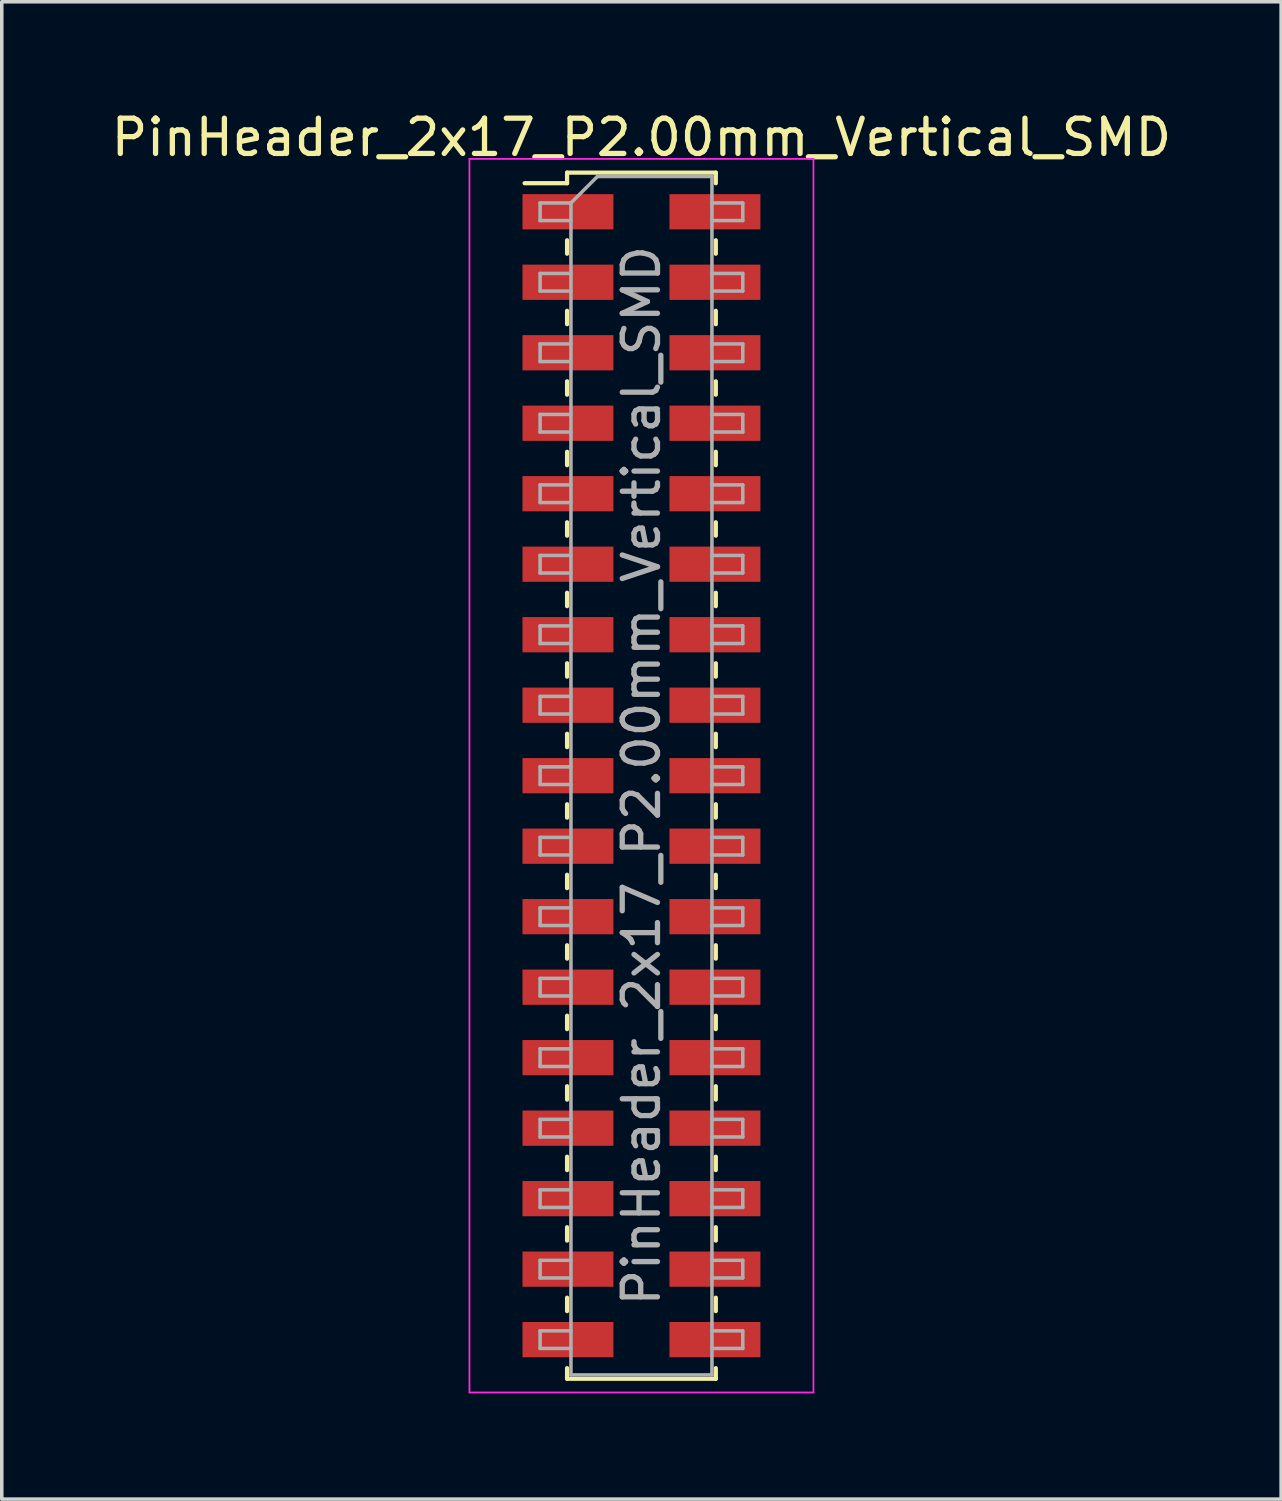
<source format=kicad_pcb>
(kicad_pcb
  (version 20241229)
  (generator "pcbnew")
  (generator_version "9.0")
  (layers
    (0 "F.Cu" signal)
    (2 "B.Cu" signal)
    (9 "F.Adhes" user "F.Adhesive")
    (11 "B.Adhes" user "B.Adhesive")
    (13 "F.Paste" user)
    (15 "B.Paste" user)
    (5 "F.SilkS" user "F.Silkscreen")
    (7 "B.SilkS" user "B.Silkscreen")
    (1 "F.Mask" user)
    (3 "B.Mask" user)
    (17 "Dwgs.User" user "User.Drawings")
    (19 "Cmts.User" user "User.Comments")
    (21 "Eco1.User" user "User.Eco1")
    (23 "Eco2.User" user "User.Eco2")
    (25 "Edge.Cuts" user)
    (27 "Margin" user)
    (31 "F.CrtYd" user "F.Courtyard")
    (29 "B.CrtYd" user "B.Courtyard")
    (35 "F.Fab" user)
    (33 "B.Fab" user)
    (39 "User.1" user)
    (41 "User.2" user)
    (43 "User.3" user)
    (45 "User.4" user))
  (footprint "PinHeader_2x17_P2.00mm_Vertical_SMD"
    (layer "F.Cu")
    (at 15.149 18.958)
    (property "Reference" "PinHeader_2x17_P2.00mm_Vertical_SMD" (at 0 -18.11 0) (layer "F.SilkS") (effects (font (size 1 1) (thickness 0.15))))
    (attr smd)
    (fp_line (start -3.315 -16.81) (end -2.11 -16.81) (stroke (width 0.12) (type solid)) (layer "F.SilkS"))
    (fp_line (start -2.11 -17.11) (end -2.11 -16.81) (stroke (width 0.12) (type solid)) (layer "F.SilkS"))
    (fp_line (start -2.11 -17.11) (end 2.11 -17.11) (stroke (width 0.12) (type solid)) (layer "F.SilkS"))
    (fp_line (start -2.11 -15.19) (end -2.11 -14.81) (stroke (width 0.12) (type solid)) (layer "F.SilkS"))
    (fp_line (start -2.11 -13.19) (end -2.11 -12.81) (stroke (width 0.12) (type solid)) (layer "F.SilkS"))
    (fp_line (start -2.11 -11.19) (end -2.11 -10.81) (stroke (width 0.12) (type solid)) (layer "F.SilkS"))
    (fp_line (start -2.11 -9.19) (end -2.11 -8.81) (stroke (width 0.12) (type solid)) (layer "F.SilkS"))
    (fp_line (start -2.11 -7.19) (end -2.11 -6.81) (stroke (width 0.12) (type solid)) (layer "F.SilkS"))
    (fp_line (start -2.11 -5.19) (end -2.11 -4.81) (stroke (width 0.12) (type solid)) (layer "F.SilkS"))
    (fp_line (start -2.11 -3.19) (end -2.11 -2.81) (stroke (width 0.12) (type solid)) (layer "F.SilkS"))
    (fp_line (start -2.11 -1.19) (end -2.11 -0.81) (stroke (width 0.12) (type solid)) (layer "F.SilkS"))
    (fp_line (start -2.11 0.81) (end -2.11 1.19) (stroke (width 0.12) (type solid)) (layer "F.SilkS"))
    (fp_line (start -2.11 2.81) (end -2.11 3.19) (stroke (width 0.12) (type solid)) (layer "F.SilkS"))
    (fp_line (start -2.11 4.81) (end -2.11 5.19) (stroke (width 0.12) (type solid)) (layer "F.SilkS"))
    (fp_line (start -2.11 6.81) (end -2.11 7.19) (stroke (width 0.12) (type solid)) (layer "F.SilkS"))
    (fp_line (start -2.11 8.81) (end -2.11 9.19) (stroke (width 0.12) (type solid)) (layer "F.SilkS"))
    (fp_line (start -2.11 10.81) (end -2.11 11.19) (stroke (width 0.12) (type solid)) (layer "F.SilkS"))
    (fp_line (start -2.11 12.81) (end -2.11 13.19) (stroke (width 0.12) (type solid)) (layer "F.SilkS"))
    (fp_line (start -2.11 14.81) (end -2.11 15.19) (stroke (width 0.12) (type solid)) (layer "F.SilkS"))
    (fp_line (start -2.11 16.81) (end -2.11 17.11) (stroke (width 0.12) (type solid)) (layer "F.SilkS"))
    (fp_line (start -2.11 17.11) (end 2.11 17.11) (stroke (width 0.12) (type solid)) (layer "F.SilkS"))
    (fp_line (start 2.11 -17.11) (end 2.11 -16.81) (stroke (width 0.12) (type solid)) (layer "F.SilkS"))
    (fp_line (start 2.11 -15.19) (end 2.11 -14.81) (stroke (width 0.12) (type solid)) (layer "F.SilkS"))
    (fp_line (start 2.11 -13.19) (end 2.11 -12.81) (stroke (width 0.12) (type solid)) (layer "F.SilkS"))
    (fp_line (start 2.11 -11.19) (end 2.11 -10.81) (stroke (width 0.12) (type solid)) (layer "F.SilkS"))
    (fp_line (start 2.11 -9.19) (end 2.11 -8.81) (stroke (width 0.12) (type solid)) (layer "F.SilkS"))
    (fp_line (start 2.11 -7.19) (end 2.11 -6.81) (stroke (width 0.12) (type solid)) (layer "F.SilkS"))
    (fp_line (start 2.11 -5.19) (end 2.11 -4.81) (stroke (width 0.12) (type solid)) (layer "F.SilkS"))
    (fp_line (start 2.11 -3.19) (end 2.11 -2.81) (stroke (width 0.12) (type solid)) (layer "F.SilkS"))
    (fp_line (start 2.11 -1.19) (end 2.11 -0.81) (stroke (width 0.12) (type solid)) (layer "F.SilkS"))
    (fp_line (start 2.11 0.81) (end 2.11 1.19) (stroke (width 0.12) (type solid)) (layer "F.SilkS"))
    (fp_line (start 2.11 2.81) (end 2.11 3.19) (stroke (width 0.12) (type solid)) (layer "F.SilkS"))
    (fp_line (start 2.11 4.81) (end 2.11 5.19) (stroke (width 0.12) (type solid)) (layer "F.SilkS"))
    (fp_line (start 2.11 6.81) (end 2.11 7.19) (stroke (width 0.12) (type solid)) (layer "F.SilkS"))
    (fp_line (start 2.11 8.81) (end 2.11 9.19) (stroke (width 0.12) (type solid)) (layer "F.SilkS"))
    (fp_line (start 2.11 10.81) (end 2.11 11.19) (stroke (width 0.12) (type solid)) (layer "F.SilkS"))
    (fp_line (start 2.11 12.81) (end 2.11 13.19) (stroke (width 0.12) (type solid)) (layer "F.SilkS"))
    (fp_line (start 2.11 14.81) (end 2.11 15.19) (stroke (width 0.12) (type solid)) (layer "F.SilkS"))
    (fp_line (start 2.11 16.81) (end 2.11 17.11) (stroke (width 0.12) (type solid)) (layer "F.SilkS"))
    (fp_line (start -4.88 -17.5) (end -4.88 17.5) (stroke (width 0.05) (type solid)) (layer "F.CrtYd"))
    (fp_line (start -4.88 17.5) (end 4.88 17.5) (stroke (width 0.05) (type solid)) (layer "F.CrtYd"))
    (fp_line (start 4.88 -17.5) (end -4.88 -17.5) (stroke (width 0.05) (type solid)) (layer "F.CrtYd"))
    (fp_line (start 4.88 17.5) (end 4.88 -17.5) (stroke (width 0.05) (type solid)) (layer "F.CrtYd"))
    (fp_line (start -2.875 -16.25) (end -2.875 -15.75) (stroke (width 0.1) (type solid)) (layer "F.Fab"))
    (fp_line (start -2.875 -15.75) (end -2 -15.75) (stroke (width 0.1) (type solid)) (layer "F.Fab"))
    (fp_line (start -2.875 -14.25) (end -2.875 -13.75) (stroke (width 0.1) (type solid)) (layer "F.Fab"))
    (fp_line (start -2.875 -13.75) (end -2 -13.75) (stroke (width 0.1) (type solid)) (layer "F.Fab"))
    (fp_line (start -2.875 -12.25) (end -2.875 -11.75) (stroke (width 0.1) (type solid)) (layer "F.Fab"))
    (fp_line (start -2.875 -11.75) (end -2 -11.75) (stroke (width 0.1) (type solid)) (layer "F.Fab"))
    (fp_line (start -2.875 -10.25) (end -2.875 -9.75) (stroke (width 0.1) (type solid)) (layer "F.Fab"))
    (fp_line (start -2.875 -9.75) (end -2 -9.75) (stroke (width 0.1) (type solid)) (layer "F.Fab"))
    (fp_line (start -2.875 -8.25) (end -2.875 -7.75) (stroke (width 0.1) (type solid)) (layer "F.Fab"))
    (fp_line (start -2.875 -7.75) (end -2 -7.75) (stroke (width 0.1) (type solid)) (layer "F.Fab"))
    (fp_line (start -2.875 -6.25) (end -2.875 -5.75) (stroke (width 0.1) (type solid)) (layer "F.Fab"))
    (fp_line (start -2.875 -5.75) (end -2 -5.75) (stroke (width 0.1) (type solid)) (layer "F.Fab"))
    (fp_line (start -2.875 -4.25) (end -2.875 -3.75) (stroke (width 0.1) (type solid)) (layer "F.Fab"))
    (fp_line (start -2.875 -3.75) (end -2 -3.75) (stroke (width 0.1) (type solid)) (layer "F.Fab"))
    (fp_line (start -2.875 -2.25) (end -2.875 -1.75) (stroke (width 0.1) (type solid)) (layer "F.Fab"))
    (fp_line (start -2.875 -1.75) (end -2 -1.75) (stroke (width 0.1) (type solid)) (layer "F.Fab"))
    (fp_line (start -2.875 -0.25) (end -2.875 0.25) (stroke (width 0.1) (type solid)) (layer "F.Fab"))
    (fp_line (start -2.875 0.25) (end -2 0.25) (stroke (width 0.1) (type solid)) (layer "F.Fab"))
    (fp_line (start -2.875 1.75) (end -2.875 2.25) (stroke (width 0.1) (type solid)) (layer "F.Fab"))
    (fp_line (start -2.875 2.25) (end -2 2.25) (stroke (width 0.1) (type solid)) (layer "F.Fab"))
    (fp_line (start -2.875 3.75) (end -2.875 4.25) (stroke (width 0.1) (type solid)) (layer "F.Fab"))
    (fp_line (start -2.875 4.25) (end -2 4.25) (stroke (width 0.1) (type solid)) (layer "F.Fab"))
    (fp_line (start -2.875 5.75) (end -2.875 6.25) (stroke (width 0.1) (type solid)) (layer "F.Fab"))
    (fp_line (start -2.875 6.25) (end -2 6.25) (stroke (width 0.1) (type solid)) (layer "F.Fab"))
    (fp_line (start -2.875 7.75) (end -2.875 8.25) (stroke (width 0.1) (type solid)) (layer "F.Fab"))
    (fp_line (start -2.875 8.25) (end -2 8.25) (stroke (width 0.1) (type solid)) (layer "F.Fab"))
    (fp_line (start -2.875 9.75) (end -2.875 10.25) (stroke (width 0.1) (type solid)) (layer "F.Fab"))
    (fp_line (start -2.875 10.25) (end -2 10.25) (stroke (width 0.1) (type solid)) (layer "F.Fab"))
    (fp_line (start -2.875 11.75) (end -2.875 12.25) (stroke (width 0.1) (type solid)) (layer "F.Fab"))
    (fp_line (start -2.875 12.25) (end -2 12.25) (stroke (width 0.1) (type solid)) (layer "F.Fab"))
    (fp_line (start -2.875 13.75) (end -2.875 14.25) (stroke (width 0.1) (type solid)) (layer "F.Fab"))
    (fp_line (start -2.875 14.25) (end -2 14.25) (stroke (width 0.1) (type solid)) (layer "F.Fab"))
    (fp_line (start -2.875 15.75) (end -2.875 16.25) (stroke (width 0.1) (type solid)) (layer "F.Fab"))
    (fp_line (start -2.875 16.25) (end -2 16.25) (stroke (width 0.1) (type solid)) (layer "F.Fab"))
    (fp_line (start -2 -16.25) (end -2.875 -16.25) (stroke (width 0.1) (type solid)) (layer "F.Fab"))
    (fp_line (start -2 -16.25) (end -1.25 -17) (stroke (width 0.1) (type solid)) (layer "F.Fab"))
    (fp_line (start -2 -14.25) (end -2.875 -14.25) (stroke (width 0.1) (type solid)) (layer "F.Fab"))
    (fp_line (start -2 -12.25) (end -2.875 -12.25) (stroke (width 0.1) (type solid)) (layer "F.Fab"))
    (fp_line (start -2 -10.25) (end -2.875 -10.25) (stroke (width 0.1) (type solid)) (layer "F.Fab"))
    (fp_line (start -2 -8.25) (end -2.875 -8.25) (stroke (width 0.1) (type solid)) (layer "F.Fab"))
    (fp_line (start -2 -6.25) (end -2.875 -6.25) (stroke (width 0.1) (type solid)) (layer "F.Fab"))
    (fp_line (start -2 -4.25) (end -2.875 -4.25) (stroke (width 0.1) (type solid)) (layer "F.Fab"))
    (fp_line (start -2 -2.25) (end -2.875 -2.25) (stroke (width 0.1) (type solid)) (layer "F.Fab"))
    (fp_line (start -2 -0.25) (end -2.875 -0.25) (stroke (width 0.1) (type solid)) (layer "F.Fab"))
    (fp_line (start -2 1.75) (end -2.875 1.75) (stroke (width 0.1) (type solid)) (layer "F.Fab"))
    (fp_line (start -2 3.75) (end -2.875 3.75) (stroke (width 0.1) (type solid)) (layer "F.Fab"))
    (fp_line (start -2 5.75) (end -2.875 5.75) (stroke (width 0.1) (type solid)) (layer "F.Fab"))
    (fp_line (start -2 7.75) (end -2.875 7.75) (stroke (width 0.1) (type solid)) (layer "F.Fab"))
    (fp_line (start -2 9.75) (end -2.875 9.75) (stroke (width 0.1) (type solid)) (layer "F.Fab"))
    (fp_line (start -2 11.75) (end -2.875 11.75) (stroke (width 0.1) (type solid)) (layer "F.Fab"))
    (fp_line (start -2 13.75) (end -2.875 13.75) (stroke (width 0.1) (type solid)) (layer "F.Fab"))
    (fp_line (start -2 15.75) (end -2.875 15.75) (stroke (width 0.1) (type solid)) (layer "F.Fab"))
    (fp_line (start -2 17) (end -2 -16.25) (stroke (width 0.1) (type solid)) (layer "F.Fab"))
    (fp_line (start -1.25 -17) (end 2 -17) (stroke (width 0.1) (type solid)) (layer "F.Fab"))
    (fp_line (start 2 -17) (end 2 17) (stroke (width 0.1) (type solid)) (layer "F.Fab"))
    (fp_line (start 2 -16.25) (end 2.875 -16.25) (stroke (width 0.1) (type solid)) (layer "F.Fab"))
    (fp_line (start 2 -14.25) (end 2.875 -14.25) (stroke (width 0.1) (type solid)) (layer "F.Fab"))
    (fp_line (start 2 -12.25) (end 2.875 -12.25) (stroke (width 0.1) (type solid)) (layer "F.Fab"))
    (fp_line (start 2 -10.25) (end 2.875 -10.25) (stroke (width 0.1) (type solid)) (layer "F.Fab"))
    (fp_line (start 2 -8.25) (end 2.875 -8.25) (stroke (width 0.1) (type solid)) (layer "F.Fab"))
    (fp_line (start 2 -6.25) (end 2.875 -6.25) (stroke (width 0.1) (type solid)) (layer "F.Fab"))
    (fp_line (start 2 -4.25) (end 2.875 -4.25) (stroke (width 0.1) (type solid)) (layer "F.Fab"))
    (fp_line (start 2 -2.25) (end 2.875 -2.25) (stroke (width 0.1) (type solid)) (layer "F.Fab"))
    (fp_line (start 2 -0.25) (end 2.875 -0.25) (stroke (width 0.1) (type solid)) (layer "F.Fab"))
    (fp_line (start 2 1.75) (end 2.875 1.75) (stroke (width 0.1) (type solid)) (layer "F.Fab"))
    (fp_line (start 2 3.75) (end 2.875 3.75) (stroke (width 0.1) (type solid)) (layer "F.Fab"))
    (fp_line (start 2 5.75) (end 2.875 5.75) (stroke (width 0.1) (type solid)) (layer "F.Fab"))
    (fp_line (start 2 7.75) (end 2.875 7.75) (stroke (width 0.1) (type solid)) (layer "F.Fab"))
    (fp_line (start 2 9.75) (end 2.875 9.75) (stroke (width 0.1) (type solid)) (layer "F.Fab"))
    (fp_line (start 2 11.75) (end 2.875 11.75) (stroke (width 0.1) (type solid)) (layer "F.Fab"))
    (fp_line (start 2 13.75) (end 2.875 13.75) (stroke (width 0.1) (type solid)) (layer "F.Fab"))
    (fp_line (start 2 15.75) (end 2.875 15.75) (stroke (width 0.1) (type solid)) (layer "F.Fab"))
    (fp_line (start 2 17) (end -2 17) (stroke (width 0.1) (type solid)) (layer "F.Fab"))
    (fp_line (start 2.875 -16.25) (end 2.875 -15.75) (stroke (width 0.1) (type solid)) (layer "F.Fab"))
    (fp_line (start 2.875 -15.75) (end 2 -15.75) (stroke (width 0.1) (type solid)) (layer "F.Fab"))
    (fp_line (start 2.875 -14.25) (end 2.875 -13.75) (stroke (width 0.1) (type solid)) (layer "F.Fab"))
    (fp_line (start 2.875 -13.75) (end 2 -13.75) (stroke (width 0.1) (type solid)) (layer "F.Fab"))
    (fp_line (start 2.875 -12.25) (end 2.875 -11.75) (stroke (width 0.1) (type solid)) (layer "F.Fab"))
    (fp_line (start 2.875 -11.75) (end 2 -11.75) (stroke (width 0.1) (type solid)) (layer "F.Fab"))
    (fp_line (start 2.875 -10.25) (end 2.875 -9.75) (stroke (width 0.1) (type solid)) (layer "F.Fab"))
    (fp_line (start 2.875 -9.75) (end 2 -9.75) (stroke (width 0.1) (type solid)) (layer "F.Fab"))
    (fp_line (start 2.875 -8.25) (end 2.875 -7.75) (stroke (width 0.1) (type solid)) (layer "F.Fab"))
    (fp_line (start 2.875 -7.75) (end 2 -7.75) (stroke (width 0.1) (type solid)) (layer "F.Fab"))
    (fp_line (start 2.875 -6.25) (end 2.875 -5.75) (stroke (width 0.1) (type solid)) (layer "F.Fab"))
    (fp_line (start 2.875 -5.75) (end 2 -5.75) (stroke (width 0.1) (type solid)) (layer "F.Fab"))
    (fp_line (start 2.875 -4.25) (end 2.875 -3.75) (stroke (width 0.1) (type solid)) (layer "F.Fab"))
    (fp_line (start 2.875 -3.75) (end 2 -3.75) (stroke (width 0.1) (type solid)) (layer "F.Fab"))
    (fp_line (start 2.875 -2.25) (end 2.875 -1.75) (stroke (width 0.1) (type solid)) (layer "F.Fab"))
    (fp_line (start 2.875 -1.75) (end 2 -1.75) (stroke (width 0.1) (type solid)) (layer "F.Fab"))
    (fp_line (start 2.875 -0.25) (end 2.875 0.25) (stroke (width 0.1) (type solid)) (layer "F.Fab"))
    (fp_line (start 2.875 0.25) (end 2 0.25) (stroke (width 0.1) (type solid)) (layer "F.Fab"))
    (fp_line (start 2.875 1.75) (end 2.875 2.25) (stroke (width 0.1) (type solid)) (layer "F.Fab"))
    (fp_line (start 2.875 2.25) (end 2 2.25) (stroke (width 0.1) (type solid)) (layer "F.Fab"))
    (fp_line (start 2.875 3.75) (end 2.875 4.25) (stroke (width 0.1) (type solid)) (layer "F.Fab"))
    (fp_line (start 2.875 4.25) (end 2 4.25) (stroke (width 0.1) (type solid)) (layer "F.Fab"))
    (fp_line (start 2.875 5.75) (end 2.875 6.25) (stroke (width 0.1) (type solid)) (layer "F.Fab"))
    (fp_line (start 2.875 6.25) (end 2 6.25) (stroke (width 0.1) (type solid)) (layer "F.Fab"))
    (fp_line (start 2.875 7.75) (end 2.875 8.25) (stroke (width 0.1) (type solid)) (layer "F.Fab"))
    (fp_line (start 2.875 8.25) (end 2 8.25) (stroke (width 0.1) (type solid)) (layer "F.Fab"))
    (fp_line (start 2.875 9.75) (end 2.875 10.25) (stroke (width 0.1) (type solid)) (layer "F.Fab"))
    (fp_line (start 2.875 10.25) (end 2 10.25) (stroke (width 0.1) (type solid)) (layer "F.Fab"))
    (fp_line (start 2.875 11.75) (end 2.875 12.25) (stroke (width 0.1) (type solid)) (layer "F.Fab"))
    (fp_line (start 2.875 12.25) (end 2 12.25) (stroke (width 0.1) (type solid)) (layer "F.Fab"))
    (fp_line (start 2.875 13.75) (end 2.875 14.25) (stroke (width 0.1) (type solid)) (layer "F.Fab"))
    (fp_line (start 2.875 14.25) (end 2 14.25) (stroke (width 0.1) (type solid)) (layer "F.Fab"))
    (fp_line (start 2.875 15.75) (end 2.875 16.25) (stroke (width 0.1) (type solid)) (layer "F.Fab"))
    (fp_line (start 2.875 16.25) (end 2 16.25) (stroke (width 0.1) (type solid)) (layer "F.Fab"))
    (fp_text user "${REFERENCE}" (at 0 0 90) (layer "F.Fab") (effects (font (size 1 1) (thickness 0.15))))
    (pad "1" smd rect (at -2.085 -16) (size 2.58 1) (layers "F.Cu" "F.Mask" "F.Paste"))
    (pad "2" smd rect (at 2.085 -16) (size 2.58 1) (layers "F.Cu" "F.Mask" "F.Paste"))
    (pad "3" smd rect (at -2.085 -14) (size 2.58 1) (layers "F.Cu" "F.Mask" "F.Paste"))
    (pad "4" smd rect (at 2.085 -14) (size 2.58 1) (layers "F.Cu" "F.Mask" "F.Paste"))
    (pad "5" smd rect (at -2.085 -12) (size 2.58 1) (layers "F.Cu" "F.Mask" "F.Paste"))
    (pad "6" smd rect (at 2.085 -12) (size 2.58 1) (layers "F.Cu" "F.Mask" "F.Paste"))
    (pad "7" smd rect (at -2.085 -10) (size 2.58 1) (layers "F.Cu" "F.Mask" "F.Paste"))
    (pad "8" smd rect (at 2.085 -10) (size 2.58 1) (layers "F.Cu" "F.Mask" "F.Paste"))
    (pad "9" smd rect (at -2.085 -8) (size 2.58 1) (layers "F.Cu" "F.Mask" "F.Paste"))
    (pad "10" smd rect (at 2.085 -8) (size 2.58 1) (layers "F.Cu" "F.Mask" "F.Paste"))
    (pad "11" smd rect (at -2.085 -6) (size 2.58 1) (layers "F.Cu" "F.Mask" "F.Paste"))
    (pad "12" smd rect (at 2.085 -6) (size 2.58 1) (layers "F.Cu" "F.Mask" "F.Paste"))
    (pad "13" smd rect (at -2.085 -4) (size 2.58 1) (layers "F.Cu" "F.Mask" "F.Paste"))
    (pad "14" smd rect (at 2.085 -4) (size 2.58 1) (layers "F.Cu" "F.Mask" "F.Paste"))
    (pad "15" smd rect (at -2.085 -2) (size 2.58 1) (layers "F.Cu" "F.Mask" "F.Paste"))
    (pad "16" smd rect (at 2.085 -2) (size 2.58 1) (layers "F.Cu" "F.Mask" "F.Paste"))
    (pad "17" smd rect (at -2.085 0) (size 2.58 1) (layers "F.Cu" "F.Mask" "F.Paste"))
    (pad "18" smd rect (at 2.085 0) (size 2.58 1) (layers "F.Cu" "F.Mask" "F.Paste"))
    (pad "19" smd rect (at -2.085 2) (size 2.58 1) (layers "F.Cu" "F.Mask" "F.Paste"))
    (pad "20" smd rect (at 2.085 2) (size 2.58 1) (layers "F.Cu" "F.Mask" "F.Paste"))
    (pad "21" smd rect (at -2.085 4) (size 2.58 1) (layers "F.Cu" "F.Mask" "F.Paste"))
    (pad "22" smd rect (at 2.085 4) (size 2.58 1) (layers "F.Cu" "F.Mask" "F.Paste"))
    (pad "23" smd rect (at -2.085 6) (size 2.58 1) (layers "F.Cu" "F.Mask" "F.Paste"))
    (pad "24" smd rect (at 2.085 6) (size 2.58 1) (layers "F.Cu" "F.Mask" "F.Paste"))
    (pad "25" smd rect (at -2.085 8) (size 2.58 1) (layers "F.Cu" "F.Mask" "F.Paste"))
    (pad "26" smd rect (at 2.085 8) (size 2.58 1) (layers "F.Cu" "F.Mask" "F.Paste"))
    (pad "27" smd rect (at -2.085 10) (size 2.58 1) (layers "F.Cu" "F.Mask" "F.Paste"))
    (pad "28" smd rect (at 2.085 10) (size 2.58 1) (layers "F.Cu" "F.Mask" "F.Paste"))
    (pad "29" smd rect (at -2.085 12) (size 2.58 1) (layers "F.Cu" "F.Mask" "F.Paste"))
    (pad "30" smd rect (at 2.085 12) (size 2.58 1) (layers "F.Cu" "F.Mask" "F.Paste"))
    (pad "31" smd rect (at -2.085 14) (size 2.58 1) (layers "F.Cu" "F.Mask" "F.Paste"))
    (pad "32" smd rect (at 2.085 14) (size 2.58 1) (layers "F.Cu" "F.Mask" "F.Paste"))
    (pad "33" smd rect (at -2.085 16) (size 2.58 1) (layers "F.Cu" "F.Mask" "F.Paste"))
    (pad "34" smd rect (at 2.085 16) (size 2.58 1) (layers "F.Cu" "F.Mask" "F.Paste")))
  (gr_rect
    (start -3 -3)
    (end 33.298 39.483)
    (stroke (width 0.1) (type default))
    (fill no)
    (layer "Edge.Cuts")))
</source>
